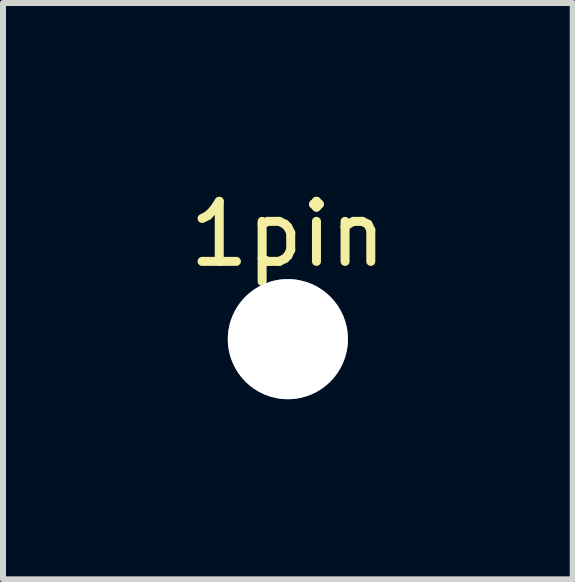
<source format=kicad_pcb>
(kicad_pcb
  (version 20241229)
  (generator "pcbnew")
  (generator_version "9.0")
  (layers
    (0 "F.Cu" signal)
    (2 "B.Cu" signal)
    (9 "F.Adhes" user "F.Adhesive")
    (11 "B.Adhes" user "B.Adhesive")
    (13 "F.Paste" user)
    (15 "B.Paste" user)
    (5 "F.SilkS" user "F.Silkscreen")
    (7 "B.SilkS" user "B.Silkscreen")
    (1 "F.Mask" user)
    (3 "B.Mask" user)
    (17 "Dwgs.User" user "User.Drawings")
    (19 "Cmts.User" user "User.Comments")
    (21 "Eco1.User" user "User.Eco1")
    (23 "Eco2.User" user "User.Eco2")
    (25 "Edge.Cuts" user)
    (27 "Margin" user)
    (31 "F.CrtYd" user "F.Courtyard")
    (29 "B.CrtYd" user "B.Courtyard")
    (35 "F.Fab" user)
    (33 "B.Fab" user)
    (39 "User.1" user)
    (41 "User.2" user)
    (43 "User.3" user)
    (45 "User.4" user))
  (footprint "1pin"
    (layer "F.Cu")
    (at 1.744 2.598)
    (property "Reference" "1pin" (at 0 -1.75 0) (layer "F.SilkS") (effects (font (size 1 1) (thickness 0.15))))
    (attr through_hole)
    (pad "1" thru_hole circle (at 0 0) (size 2 2) (drill 2) (layers "*.Cu" "*.Mask")))
  (gr_rect
    (start -3 -3)
    (end 6.488 6.598)
    (stroke (width 0.1) (type default))
    (fill no)
    (layer "Edge.Cuts")))
</source>
